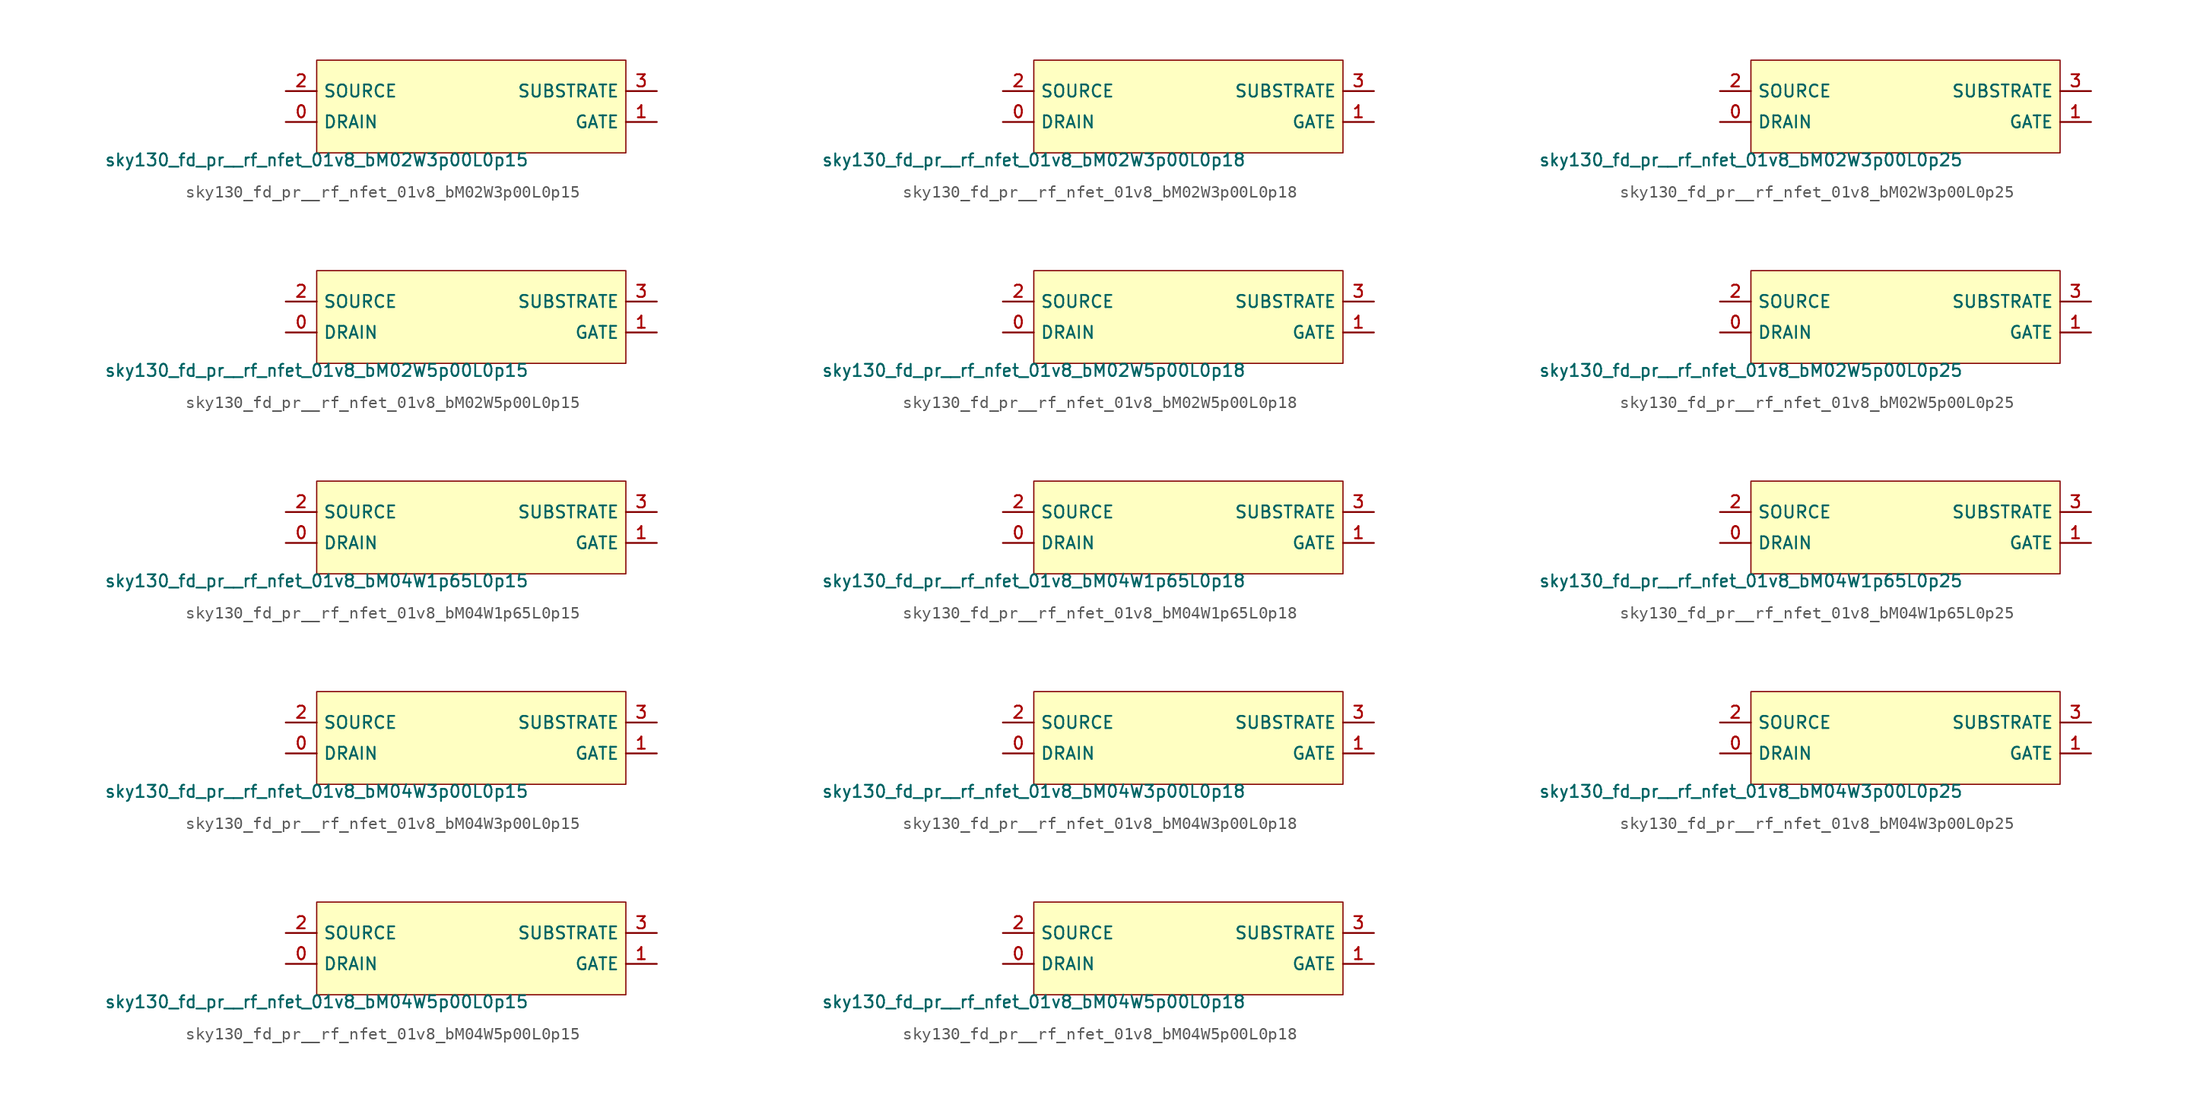
<source format=kicad_sym>
(kicad_symbol_lib
  (version 20211014)
  (generator lef2kicad_sym)
  (symbol "sky130_fd_pr__rf_nfet_01v8_bM02W3p00L0p15"
    (property "Reference" "X"
      (at 0 0 0)
      (effects (font (size 1 1)) hide))
    (property "Value" "sky130_fd_pr__rf_nfet_01v8_bM02W3p00L0p15"
      (at -12.7 -3.81 0)
      (effects (font (size 1 1)) (justify top)))
    (rectangle
      (start -12.7 -3.81)
      (end 12.7 3.81)
      (stroke (width 0.1) (type solid) (color 0 0 0 0))
      (fill (type background)))
    (pin bidirectional line
      (at -15.24 -1.27 0)
      (length 2.54)
      (name "DRAIN" (effects (font (size 1 1)) hide))
      (number "0" (effects (font (size 1 1)) hide)))
    (pin bidirectional line
      (at 15.24 -1.27 180)
      (length 2.54)
      (name "GATE" (effects (font (size 1 1)) hide))
      (number "1" (effects (font (size 1 1)) hide)))
    (pin bidirectional line
      (at -15.24 1.27 0)
      (length 2.54)
      (name "SOURCE" (effects (font (size 1 1)) hide))
      (number "2" (effects (font (size 1 1)) hide)))
    (pin bidirectional line
      (at 15.24 1.27 180)
      (length 2.54)
      (name "SUBSTRATE" (effects (font (size 1 1)) hide))
      (number "3" (effects (font (size 1 1)) hide))))
  (symbol "sky130_fd_pr__rf_nfet_01v8_bM02W3p00L0p18"
    (property "Reference" "X"
      (at 0 0 0)
      (effects (font (size 1 1)) hide))
    (property "Value" "sky130_fd_pr__rf_nfet_01v8_bM02W3p00L0p18"
      (at -12.7 -3.81 0)
      (effects (font (size 1 1)) (justify top)))
    (rectangle
      (start -12.7 -3.81)
      (end 12.7 3.81)
      (stroke (width 0.1) (type solid) (color 0 0 0 0))
      (fill (type background)))
    (pin bidirectional line
      (at -15.24 -1.27 0)
      (length 2.54)
      (name "DRAIN" (effects (font (size 1 1)) hide))
      (number "0" (effects (font (size 1 1)) hide)))
    (pin bidirectional line
      (at 15.24 -1.27 180)
      (length 2.54)
      (name "GATE" (effects (font (size 1 1)) hide))
      (number "1" (effects (font (size 1 1)) hide)))
    (pin bidirectional line
      (at -15.24 1.27 0)
      (length 2.54)
      (name "SOURCE" (effects (font (size 1 1)) hide))
      (number "2" (effects (font (size 1 1)) hide)))
    (pin bidirectional line
      (at 15.24 1.27 180)
      (length 2.54)
      (name "SUBSTRATE" (effects (font (size 1 1)) hide))
      (number "3" (effects (font (size 1 1)) hide))))
  (symbol "sky130_fd_pr__rf_nfet_01v8_bM02W3p00L0p25"
    (property "Reference" "X"
      (at 0 0 0)
      (effects (font (size 1 1)) hide))
    (property "Value" "sky130_fd_pr__rf_nfet_01v8_bM02W3p00L0p25"
      (at -12.7 -3.81 0)
      (effects (font (size 1 1)) (justify top)))
    (rectangle
      (start -12.7 -3.81)
      (end 12.7 3.81)
      (stroke (width 0.1) (type solid) (color 0 0 0 0))
      (fill (type background)))
    (pin bidirectional line
      (at -15.24 -1.27 0)
      (length 2.54)
      (name "DRAIN" (effects (font (size 1 1)) hide))
      (number "0" (effects (font (size 1 1)) hide)))
    (pin bidirectional line
      (at 15.24 -1.27 180)
      (length 2.54)
      (name "GATE" (effects (font (size 1 1)) hide))
      (number "1" (effects (font (size 1 1)) hide)))
    (pin bidirectional line
      (at -15.24 1.27 0)
      (length 2.54)
      (name "SOURCE" (effects (font (size 1 1)) hide))
      (number "2" (effects (font (size 1 1)) hide)))
    (pin bidirectional line
      (at 15.24 1.27 180)
      (length 2.54)
      (name "SUBSTRATE" (effects (font (size 1 1)) hide))
      (number "3" (effects (font (size 1 1)) hide))))
  (symbol "sky130_fd_pr__rf_nfet_01v8_bM02W5p00L0p15"
    (property "Reference" "X"
      (at 0 0 0)
      (effects (font (size 1 1)) hide))
    (property "Value" "sky130_fd_pr__rf_nfet_01v8_bM02W5p00L0p15"
      (at -12.7 -3.81 0)
      (effects (font (size 1 1)) (justify top)))
    (rectangle
      (start -12.7 -3.81)
      (end 12.7 3.81)
      (stroke (width 0.1) (type solid) (color 0 0 0 0))
      (fill (type background)))
    (pin bidirectional line
      (at -15.24 -1.27 0)
      (length 2.54)
      (name "DRAIN" (effects (font (size 1 1)) hide))
      (number "0" (effects (font (size 1 1)) hide)))
    (pin bidirectional line
      (at 15.24 -1.27 180)
      (length 2.54)
      (name "GATE" (effects (font (size 1 1)) hide))
      (number "1" (effects (font (size 1 1)) hide)))
    (pin bidirectional line
      (at -15.24 1.27 0)
      (length 2.54)
      (name "SOURCE" (effects (font (size 1 1)) hide))
      (number "2" (effects (font (size 1 1)) hide)))
    (pin bidirectional line
      (at 15.24 1.27 180)
      (length 2.54)
      (name "SUBSTRATE" (effects (font (size 1 1)) hide))
      (number "3" (effects (font (size 1 1)) hide))))
  (symbol "sky130_fd_pr__rf_nfet_01v8_bM02W5p00L0p18"
    (property "Reference" "X"
      (at 0 0 0)
      (effects (font (size 1 1)) hide))
    (property "Value" "sky130_fd_pr__rf_nfet_01v8_bM02W5p00L0p18"
      (at -12.7 -3.81 0)
      (effects (font (size 1 1)) (justify top)))
    (rectangle
      (start -12.7 -3.81)
      (end 12.7 3.81)
      (stroke (width 0.1) (type solid) (color 0 0 0 0))
      (fill (type background)))
    (pin bidirectional line
      (at -15.24 -1.27 0)
      (length 2.54)
      (name "DRAIN" (effects (font (size 1 1)) hide))
      (number "0" (effects (font (size 1 1)) hide)))
    (pin bidirectional line
      (at 15.24 -1.27 180)
      (length 2.54)
      (name "GATE" (effects (font (size 1 1)) hide))
      (number "1" (effects (font (size 1 1)) hide)))
    (pin bidirectional line
      (at -15.24 1.27 0)
      (length 2.54)
      (name "SOURCE" (effects (font (size 1 1)) hide))
      (number "2" (effects (font (size 1 1)) hide)))
    (pin bidirectional line
      (at 15.24 1.27 180)
      (length 2.54)
      (name "SUBSTRATE" (effects (font (size 1 1)) hide))
      (number "3" (effects (font (size 1 1)) hide))))
  (symbol "sky130_fd_pr__rf_nfet_01v8_bM02W5p00L0p25"
    (property "Reference" "X"
      (at 0 0 0)
      (effects (font (size 1 1)) hide))
    (property "Value" "sky130_fd_pr__rf_nfet_01v8_bM02W5p00L0p25"
      (at -12.7 -3.81 0)
      (effects (font (size 1 1)) (justify top)))
    (rectangle
      (start -12.7 -3.81)
      (end 12.7 3.81)
      (stroke (width 0.1) (type solid) (color 0 0 0 0))
      (fill (type background)))
    (pin bidirectional line
      (at -15.24 -1.27 0)
      (length 2.54)
      (name "DRAIN" (effects (font (size 1 1)) hide))
      (number "0" (effects (font (size 1 1)) hide)))
    (pin bidirectional line
      (at 15.24 -1.27 180)
      (length 2.54)
      (name "GATE" (effects (font (size 1 1)) hide))
      (number "1" (effects (font (size 1 1)) hide)))
    (pin bidirectional line
      (at -15.24 1.27 0)
      (length 2.54)
      (name "SOURCE" (effects (font (size 1 1)) hide))
      (number "2" (effects (font (size 1 1)) hide)))
    (pin bidirectional line
      (at 15.24 1.27 180)
      (length 2.54)
      (name "SUBSTRATE" (effects (font (size 1 1)) hide))
      (number "3" (effects (font (size 1 1)) hide))))
  (symbol "sky130_fd_pr__rf_nfet_01v8_bM04W1p65L0p15"
    (property "Reference" "X"
      (at 0 0 0)
      (effects (font (size 1 1)) hide))
    (property "Value" "sky130_fd_pr__rf_nfet_01v8_bM04W1p65L0p15"
      (at -12.7 -3.81 0)
      (effects (font (size 1 1)) (justify top)))
    (rectangle
      (start -12.7 -3.81)
      (end 12.7 3.81)
      (stroke (width 0.1) (type solid) (color 0 0 0 0))
      (fill (type background)))
    (pin bidirectional line
      (at -15.24 -1.27 0)
      (length 2.54)
      (name "DRAIN" (effects (font (size 1 1)) hide))
      (number "0" (effects (font (size 1 1)) hide)))
    (pin bidirectional line
      (at 15.24 -1.27 180)
      (length 2.54)
      (name "GATE" (effects (font (size 1 1)) hide))
      (number "1" (effects (font (size 1 1)) hide)))
    (pin bidirectional line
      (at -15.24 1.27 0)
      (length 2.54)
      (name "SOURCE" (effects (font (size 1 1)) hide))
      (number "2" (effects (font (size 1 1)) hide)))
    (pin bidirectional line
      (at 15.24 1.27 180)
      (length 2.54)
      (name "SUBSTRATE" (effects (font (size 1 1)) hide))
      (number "3" (effects (font (size 1 1)) hide))))
  (symbol "sky130_fd_pr__rf_nfet_01v8_bM04W1p65L0p18"
    (property "Reference" "X"
      (at 0 0 0)
      (effects (font (size 1 1)) hide))
    (property "Value" "sky130_fd_pr__rf_nfet_01v8_bM04W1p65L0p18"
      (at -12.7 -3.81 0)
      (effects (font (size 1 1)) (justify top)))
    (rectangle
      (start -12.7 -3.81)
      (end 12.7 3.81)
      (stroke (width 0.1) (type solid) (color 0 0 0 0))
      (fill (type background)))
    (pin bidirectional line
      (at -15.24 -1.27 0)
      (length 2.54)
      (name "DRAIN" (effects (font (size 1 1)) hide))
      (number "0" (effects (font (size 1 1)) hide)))
    (pin bidirectional line
      (at 15.24 -1.27 180)
      (length 2.54)
      (name "GATE" (effects (font (size 1 1)) hide))
      (number "1" (effects (font (size 1 1)) hide)))
    (pin bidirectional line
      (at -15.24 1.27 0)
      (length 2.54)
      (name "SOURCE" (effects (font (size 1 1)) hide))
      (number "2" (effects (font (size 1 1)) hide)))
    (pin bidirectional line
      (at 15.24 1.27 180)
      (length 2.54)
      (name "SUBSTRATE" (effects (font (size 1 1)) hide))
      (number "3" (effects (font (size 1 1)) hide))))
  (symbol "sky130_fd_pr__rf_nfet_01v8_bM04W1p65L0p25"
    (property "Reference" "X"
      (at 0 0 0)
      (effects (font (size 1 1)) hide))
    (property "Value" "sky130_fd_pr__rf_nfet_01v8_bM04W1p65L0p25"
      (at -12.7 -3.81 0)
      (effects (font (size 1 1)) (justify top)))
    (rectangle
      (start -12.7 -3.81)
      (end 12.7 3.81)
      (stroke (width 0.1) (type solid) (color 0 0 0 0))
      (fill (type background)))
    (pin bidirectional line
      (at -15.24 -1.27 0)
      (length 2.54)
      (name "DRAIN" (effects (font (size 1 1)) hide))
      (number "0" (effects (font (size 1 1)) hide)))
    (pin bidirectional line
      (at 15.24 -1.27 180)
      (length 2.54)
      (name "GATE" (effects (font (size 1 1)) hide))
      (number "1" (effects (font (size 1 1)) hide)))
    (pin bidirectional line
      (at -15.24 1.27 0)
      (length 2.54)
      (name "SOURCE" (effects (font (size 1 1)) hide))
      (number "2" (effects (font (size 1 1)) hide)))
    (pin bidirectional line
      (at 15.24 1.27 180)
      (length 2.54)
      (name "SUBSTRATE" (effects (font (size 1 1)) hide))
      (number "3" (effects (font (size 1 1)) hide))))
  (symbol "sky130_fd_pr__rf_nfet_01v8_bM04W3p00L0p15"
    (property "Reference" "X"
      (at 0 0 0)
      (effects (font (size 1 1)) hide))
    (property "Value" "sky130_fd_pr__rf_nfet_01v8_bM04W3p00L0p15"
      (at -12.7 -3.81 0)
      (effects (font (size 1 1)) (justify top)))
    (rectangle
      (start -12.7 -3.81)
      (end 12.7 3.81)
      (stroke (width 0.1) (type solid) (color 0 0 0 0))
      (fill (type background)))
    (pin bidirectional line
      (at -15.24 -1.27 0)
      (length 2.54)
      (name "DRAIN" (effects (font (size 1 1)) hide))
      (number "0" (effects (font (size 1 1)) hide)))
    (pin bidirectional line
      (at 15.24 -1.27 180)
      (length 2.54)
      (name "GATE" (effects (font (size 1 1)) hide))
      (number "1" (effects (font (size 1 1)) hide)))
    (pin bidirectional line
      (at -15.24 1.27 0)
      (length 2.54)
      (name "SOURCE" (effects (font (size 1 1)) hide))
      (number "2" (effects (font (size 1 1)) hide)))
    (pin bidirectional line
      (at 15.24 1.27 180)
      (length 2.54)
      (name "SUBSTRATE" (effects (font (size 1 1)) hide))
      (number "3" (effects (font (size 1 1)) hide))))
  (symbol "sky130_fd_pr__rf_nfet_01v8_bM04W3p00L0p18"
    (property "Reference" "X"
      (at 0 0 0)
      (effects (font (size 1 1)) hide))
    (property "Value" "sky130_fd_pr__rf_nfet_01v8_bM04W3p00L0p18"
      (at -12.7 -3.81 0)
      (effects (font (size 1 1)) (justify top)))
    (rectangle
      (start -12.7 -3.81)
      (end 12.7 3.81)
      (stroke (width 0.1) (type solid) (color 0 0 0 0))
      (fill (type background)))
    (pin bidirectional line
      (at -15.24 -1.27 0)
      (length 2.54)
      (name "DRAIN" (effects (font (size 1 1)) hide))
      (number "0" (effects (font (size 1 1)) hide)))
    (pin bidirectional line
      (at 15.24 -1.27 180)
      (length 2.54)
      (name "GATE" (effects (font (size 1 1)) hide))
      (number "1" (effects (font (size 1 1)) hide)))
    (pin bidirectional line
      (at -15.24 1.27 0)
      (length 2.54)
      (name "SOURCE" (effects (font (size 1 1)) hide))
      (number "2" (effects (font (size 1 1)) hide)))
    (pin bidirectional line
      (at 15.24 1.27 180)
      (length 2.54)
      (name "SUBSTRATE" (effects (font (size 1 1)) hide))
      (number "3" (effects (font (size 1 1)) hide))))
  (symbol "sky130_fd_pr__rf_nfet_01v8_bM04W3p00L0p25"
    (property "Reference" "X"
      (at 0 0 0)
      (effects (font (size 1 1)) hide))
    (property "Value" "sky130_fd_pr__rf_nfet_01v8_bM04W3p00L0p25"
      (at -12.7 -3.81 0)
      (effects (font (size 1 1)) (justify top)))
    (rectangle
      (start -12.7 -3.81)
      (end 12.7 3.81)
      (stroke (width 0.1) (type solid) (color 0 0 0 0))
      (fill (type background)))
    (pin bidirectional line
      (at -15.24 -1.27 0)
      (length 2.54)
      (name "DRAIN" (effects (font (size 1 1)) hide))
      (number "0" (effects (font (size 1 1)) hide)))
    (pin bidirectional line
      (at 15.24 -1.27 180)
      (length 2.54)
      (name "GATE" (effects (font (size 1 1)) hide))
      (number "1" (effects (font (size 1 1)) hide)))
    (pin bidirectional line
      (at -15.24 1.27 0)
      (length 2.54)
      (name "SOURCE" (effects (font (size 1 1)) hide))
      (number "2" (effects (font (size 1 1)) hide)))
    (pin bidirectional line
      (at 15.24 1.27 180)
      (length 2.54)
      (name "SUBSTRATE" (effects (font (size 1 1)) hide))
      (number "3" (effects (font (size 1 1)) hide))))
  (symbol "sky130_fd_pr__rf_nfet_01v8_bM04W5p00L0p15"
    (property "Reference" "X"
      (at 0 0 0)
      (effects (font (size 1 1)) hide))
    (property "Value" "sky130_fd_pr__rf_nfet_01v8_bM04W5p00L0p15"
      (at -12.7 -3.81 0)
      (effects (font (size 1 1)) (justify top)))
    (rectangle
      (start -12.7 -3.81)
      (end 12.7 3.81)
      (stroke (width 0.1) (type solid) (color 0 0 0 0))
      (fill (type background)))
    (pin bidirectional line
      (at -15.24 -1.27 0)
      (length 2.54)
      (name "DRAIN" (effects (font (size 1 1)) hide))
      (number "0" (effects (font (size 1 1)) hide)))
    (pin bidirectional line
      (at 15.24 -1.27 180)
      (length 2.54)
      (name "GATE" (effects (font (size 1 1)) hide))
      (number "1" (effects (font (size 1 1)) hide)))
    (pin bidirectional line
      (at -15.24 1.27 0)
      (length 2.54)
      (name "SOURCE" (effects (font (size 1 1)) hide))
      (number "2" (effects (font (size 1 1)) hide)))
    (pin bidirectional line
      (at 15.24 1.27 180)
      (length 2.54)
      (name "SUBSTRATE" (effects (font (size 1 1)) hide))
      (number "3" (effects (font (size 1 1)) hide))))
  (symbol "sky130_fd_pr__rf_nfet_01v8_bM04W5p00L0p18"
    (property "Reference" "X"
      (at 0 0 0)
      (effects (font (size 1 1)) hide))
    (property "Value" "sky130_fd_pr__rf_nfet_01v8_bM04W5p00L0p18"
      (at -12.7 -3.81 0)
      (effects (font (size 1 1)) (justify top)))
    (rectangle
      (start -12.7 -3.81)
      (end 12.7 3.81)
      (stroke (width 0.1) (type solid) (color 0 0 0 0))
      (fill (type background)))
    (pin bidirectional line
      (at -15.24 -1.27 0)
      (length 2.54)
      (name "DRAIN" (effects (font (size 1 1)) hide))
      (number "0" (effects (font (size 1 1)) hide)))
    (pin bidirectional line
      (at 15.24 -1.27 180)
      (length 2.54)
      (name "GATE" (effects (font (size 1 1)) hide))
      (number "1" (effects (font (size 1 1)) hide)))
    (pin bidirectional line
      (at -15.24 1.27 0)
      (length 2.54)
      (name "SOURCE" (effects (font (size 1 1)) hide))
      (number "2" (effects (font (size 1 1)) hide)))
    (pin bidirectional line
      (at 15.24 1.27 180)
      (length 2.54)
      (name "SUBSTRATE" (effects (font (size 1 1)) hide))
      (number "3" (effects (font (size 1 1)) hide)))))
</source>
